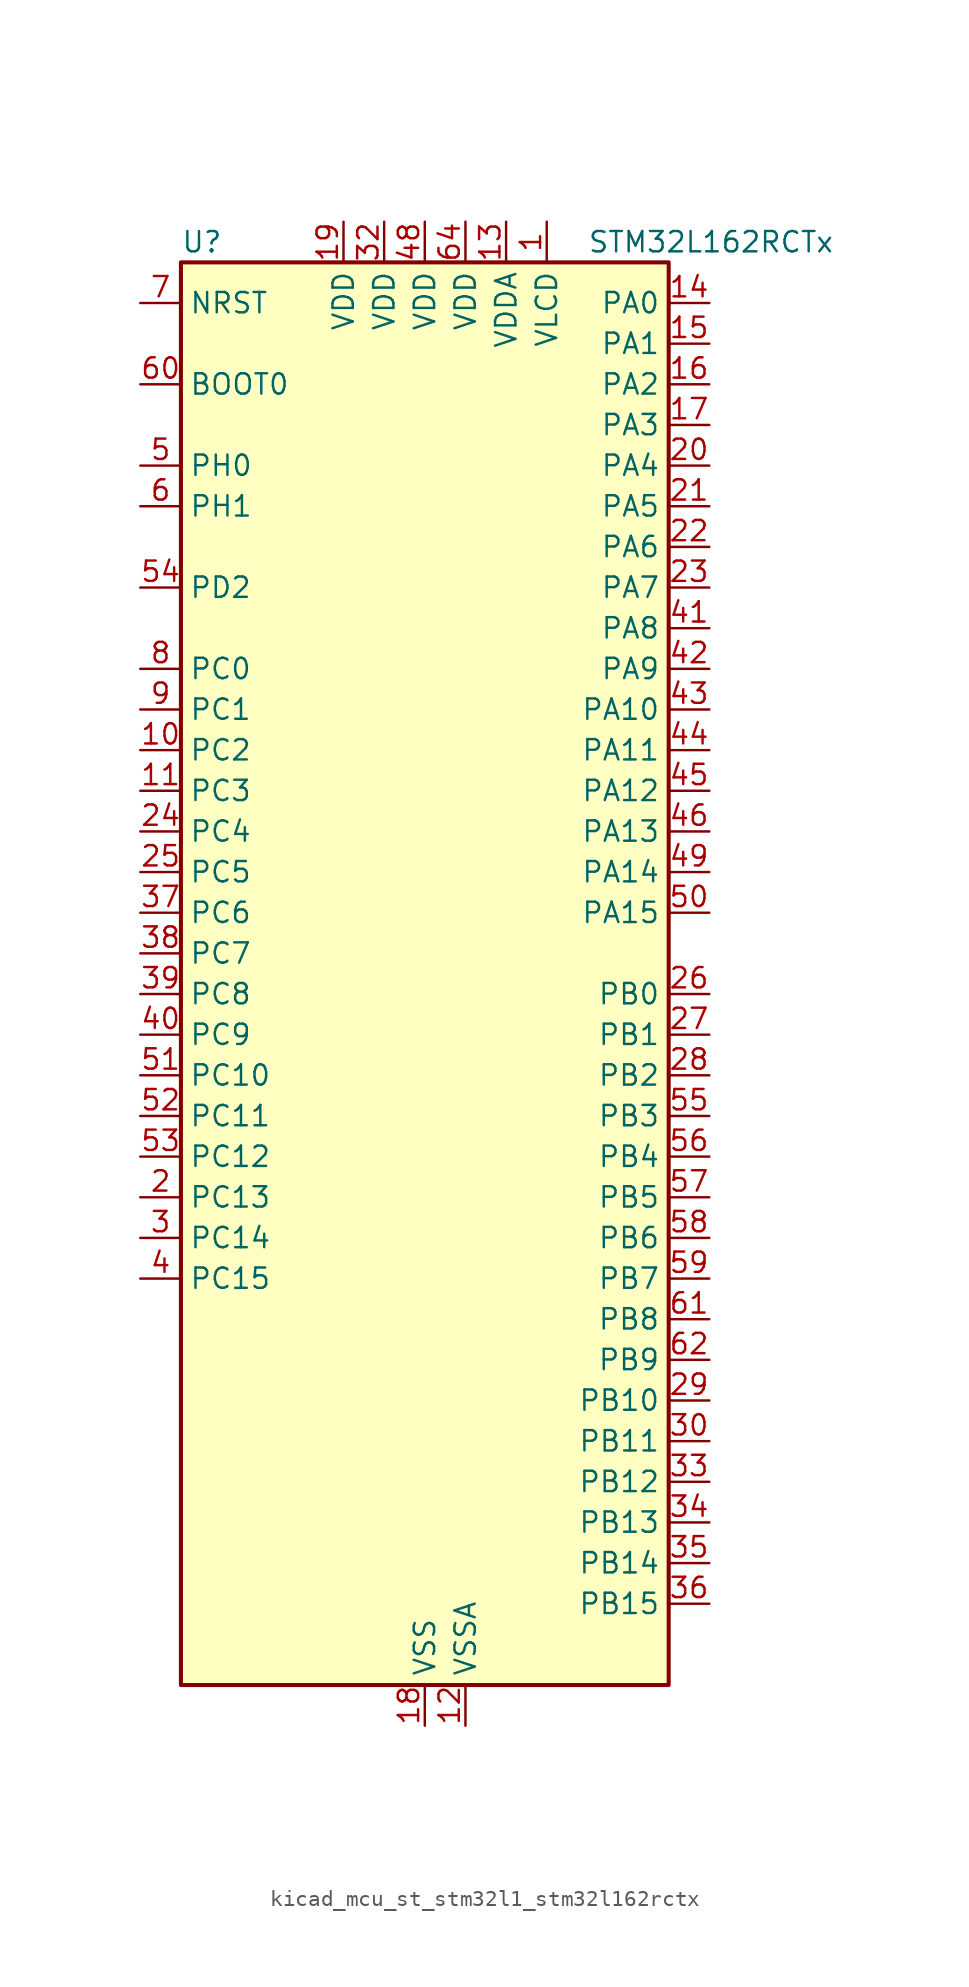
<source format=kicad_sym>
(kicad_symbol_lib
  (version 20220914)
  (generator kicad_symbol_editor)
  (symbol "kicad_mcu_st_stm32l1_stm32l162rctx"
    (property "Reference" "U"
      (at -15.24 46.99 0)
      (effects (font (size 1.27 1.27)) (justify left)))
    (property "Value" "STM32L162RCTx"
      (at 10.16 46.99 0)
      (effects (font (size 1.27 1.27)) (justify left)))
    (property "ki_locked" ""
      (at 0 0 0)
      (effects (font (size 1.27 1.27))))
    (symbol "kicad_mcu_st_stm32l1_stm32l162rctx_0_1"
      (rectangle (start -15.24 -43.18) (end 15.24 45.72) (stroke (width 0.254) (type default)) (fill (type background))))
    (symbol "kicad_mcu_st_stm32l1_stm32l162rctx_1_1"
      (pin power_in line (at 7.62 48.26 270) (length 2.54) (name "VLCD" (effects (font (size 1.27 1.27)))) (number "1" (effects (font (size 1.27 1.27)))))
      (pin bidirectional line (at -17.78 15.24 0) (length 2.54) (name "PC2" (effects (font (size 1.27 1.27)))) (number "10" (effects (font (size 1.27 1.27)))) (alternate "ADC_IN12" bidirectional line) (alternate "COMP1_INP" bidirectional line) (alternate "LCD_SEG20" bidirectional line) (alternate "TIMX_IC3" bidirectional line) (alternate "TS_G8_IO3" bidirectional line))
      (pin bidirectional line (at -17.78 12.7 0) (length 2.54) (name "PC3" (effects (font (size 1.27 1.27)))) (number "11" (effects (font (size 1.27 1.27)))) (alternate "ADC_IN13" bidirectional line) (alternate "COMP1_INP" bidirectional line) (alternate "LCD_SEG21" bidirectional line) (alternate "TIMX_IC4" bidirectional line) (alternate "TS_G8_IO4" bidirectional line))
      (pin power_in line (at 2.54 -45.72 90) (length 2.54) (name "VSSA" (effects (font (size 1.27 1.27)))) (number "12" (effects (font (size 1.27 1.27)))))
      (pin power_in line (at 5.08 48.26 270) (length 2.54) (name "VDDA" (effects (font (size 1.27 1.27)))) (number "13" (effects (font (size 1.27 1.27)))))
      (pin bidirectional line (at 17.78 43.18 180) (length 2.54) (name "PA0" (effects (font (size 1.27 1.27)))) (number "14" (effects (font (size 1.27 1.27)))) (alternate "ADC_IN0" bidirectional line) (alternate "COMP1_INP" bidirectional line) (alternate "RTC_TAMP2" bidirectional line) (alternate "SYS_WKUP1" bidirectional line) (alternate "TIM2_CH1" bidirectional line) (alternate "TIM2_ETR" bidirectional line) (alternate "TIM5_CH1" bidirectional line) (alternate "TIMX_IC1" bidirectional line) (alternate "TS_G1_IO1" bidirectional line) (alternate "USART2_CTS" bidirectional line))
      (pin bidirectional line (at 17.78 40.64 180) (length 2.54) (name "PA1" (effects (font (size 1.27 1.27)))) (number "15" (effects (font (size 1.27 1.27)))) (alternate "ADC_IN1" bidirectional line) (alternate "COMP1_INP" bidirectional line) (alternate "LCD_SEG0" bidirectional line) (alternate "OPAMP1_VINP" bidirectional line) (alternate "TIM2_CH2" bidirectional line) (alternate "TIM5_CH2" bidirectional line) (alternate "TIMX_IC2" bidirectional line) (alternate "TS_G1_IO2" bidirectional line) (alternate "USART2_RTS" bidirectional line))
      (pin bidirectional line (at 17.78 38.1 180) (length 2.54) (name "PA2" (effects (font (size 1.27 1.27)))) (number "16" (effects (font (size 1.27 1.27)))) (alternate "ADC_IN2" bidirectional line) (alternate "COMP1_INP" bidirectional line) (alternate "LCD_SEG1" bidirectional line) (alternate "OPAMP1_VINM" bidirectional line) (alternate "TIM2_CH3" bidirectional line) (alternate "TIM5_CH3" bidirectional line) (alternate "TIM9_CH1" bidirectional line) (alternate "TIMX_IC3" bidirectional line) (alternate "TS_G1_IO3" bidirectional line) (alternate "USART2_TX" bidirectional line))
      (pin bidirectional line (at 17.78 35.56 180) (length 2.54) (name "PA3" (effects (font (size 1.27 1.27)))) (number "17" (effects (font (size 1.27 1.27)))) (alternate "ADC_IN3" bidirectional line) (alternate "COMP1_INP" bidirectional line) (alternate "LCD_SEG2" bidirectional line) (alternate "OPAMP1_VOUT" bidirectional line) (alternate "TIM2_CH4" bidirectional line) (alternate "TIM5_CH4" bidirectional line) (alternate "TIM9_CH2" bidirectional line) (alternate "TIMX_IC4" bidirectional line) (alternate "TS_G1_IO4" bidirectional line) (alternate "USART2_RX" bidirectional line))
      (pin power_in line (at 0 -45.72 90) (length 2.54) (name "VSS" (effects (font (size 1.27 1.27)))) (number "18" (effects (font (size 1.27 1.27)))))
      (pin power_in line (at -5.08 48.26 270) (length 2.54) (name "VDD" (effects (font (size 1.27 1.27)))) (number "19" (effects (font (size 1.27 1.27)))))
      (pin bidirectional line (at -17.78 -12.7 0) (length 2.54) (name "PC13" (effects (font (size 1.27 1.27)))) (number "2" (effects (font (size 1.27 1.27)))) (alternate "RTC_OUT_ALARM" bidirectional line) (alternate "RTC_OUT_CALIB" bidirectional line) (alternate "RTC_TAMP1" bidirectional line) (alternate "RTC_TS" bidirectional line) (alternate "SYS_WKUP2" bidirectional line) (alternate "TIMX_IC2" bidirectional line))
      (pin bidirectional line (at 17.78 33.02 180) (length 2.54) (name "PA4" (effects (font (size 1.27 1.27)))) (number "20" (effects (font (size 1.27 1.27)))) (alternate "ADC_IN4" bidirectional line) (alternate "COMP1_INP" bidirectional line) (alternate "DAC_OUT1" bidirectional line) (alternate "I2S3_WS" bidirectional line) (alternate "SPI1_NSS" bidirectional line) (alternate "SPI3_NSS" bidirectional line) (alternate "TIMX_IC1" bidirectional line) (alternate "USART2_CK" bidirectional line))
      (pin bidirectional line (at 17.78 30.48 180) (length 2.54) (name "PA5" (effects (font (size 1.27 1.27)))) (number "21" (effects (font (size 1.27 1.27)))) (alternate "ADC_IN5" bidirectional line) (alternate "COMP1_INP" bidirectional line) (alternate "DAC_OUT2" bidirectional line) (alternate "SPI1_SCK" bidirectional line) (alternate "TIM2_CH1" bidirectional line) (alternate "TIM2_ETR" bidirectional line) (alternate "TIMX_IC2" bidirectional line))
      (pin bidirectional line (at 17.78 27.94 180) (length 2.54) (name "PA6" (effects (font (size 1.27 1.27)))) (number "22" (effects (font (size 1.27 1.27)))) (alternate "ADC_IN6" bidirectional line) (alternate "COMP1_INP" bidirectional line) (alternate "LCD_SEG3" bidirectional line) (alternate "OPAMP2_VINP" bidirectional line) (alternate "SPI1_MISO" bidirectional line) (alternate "TIM10_CH1" bidirectional line) (alternate "TIM3_CH1" bidirectional line) (alternate "TIMX_IC3" bidirectional line) (alternate "TS_G2_IO1" bidirectional line))
      (pin bidirectional line (at 17.78 25.4 180) (length 2.54) (name "PA7" (effects (font (size 1.27 1.27)))) (number "23" (effects (font (size 1.27 1.27)))) (alternate "ADC_IN7" bidirectional line) (alternate "COMP1_INP" bidirectional line) (alternate "LCD_SEG4" bidirectional line) (alternate "OPAMP2_VINM" bidirectional line) (alternate "SPI1_MOSI" bidirectional line) (alternate "TIM11_CH1" bidirectional line) (alternate "TIM3_CH2" bidirectional line) (alternate "TIMX_IC4" bidirectional line) (alternate "TS_G2_IO2" bidirectional line))
      (pin bidirectional line (at -17.78 10.16 0) (length 2.54) (name "PC4" (effects (font (size 1.27 1.27)))) (number "24" (effects (font (size 1.27 1.27)))) (alternate "ADC_IN14" bidirectional line) (alternate "COMP1_INP" bidirectional line) (alternate "LCD_SEG22" bidirectional line) (alternate "TIMX_IC1" bidirectional line) (alternate "TS_G9_IO1" bidirectional line))
      (pin bidirectional line (at -17.78 7.62 0) (length 2.54) (name "PC5" (effects (font (size 1.27 1.27)))) (number "25" (effects (font (size 1.27 1.27)))) (alternate "ADC_IN15" bidirectional line) (alternate "COMP1_INP" bidirectional line) (alternate "LCD_SEG23" bidirectional line) (alternate "TIMX_IC2" bidirectional line) (alternate "TS_G9_IO2" bidirectional line))
      (pin bidirectional line (at 17.78 0 180) (length 2.54) (name "PB0" (effects (font (size 1.27 1.27)))) (number "26" (effects (font (size 1.27 1.27)))) (alternate "ADC_IN8" bidirectional line) (alternate "COMP1_INP" bidirectional line) (alternate "LCD_SEG5" bidirectional line) (alternate "OPAMP2_VOUT" bidirectional line) (alternate "SYS_V_REF_OUT" bidirectional line) (alternate "TIM3_CH3" bidirectional line) (alternate "TS_G3_IO1" bidirectional line))
      (pin bidirectional line (at 17.78 -2.54 180) (length 2.54) (name "PB1" (effects (font (size 1.27 1.27)))) (number "27" (effects (font (size 1.27 1.27)))) (alternate "ADC_IN9" bidirectional line) (alternate "COMP1_INP" bidirectional line) (alternate "LCD_SEG6" bidirectional line) (alternate "SYS_V_REF_OUT" bidirectional line) (alternate "TIM3_CH4" bidirectional line) (alternate "TS_G3_IO2" bidirectional line))
      (pin bidirectional line (at 17.78 -5.08 180) (length 2.54) (name "PB2" (effects (font (size 1.27 1.27)))) (number "28" (effects (font (size 1.27 1.27)))) (alternate "TS_G3_IO3" bidirectional line))
      (pin bidirectional line (at 17.78 -25.4 180) (length 2.54) (name "PB10" (effects (font (size 1.27 1.27)))) (number "29" (effects (font (size 1.27 1.27)))) (alternate "I2C2_SCL" bidirectional line) (alternate "LCD_SEG10" bidirectional line) (alternate "TIM2_CH3" bidirectional line) (alternate "USART3_TX" bidirectional line))
      (pin bidirectional line (at -17.78 -15.24 0) (length 2.54) (name "PC14" (effects (font (size 1.27 1.27)))) (number "3" (effects (font (size 1.27 1.27)))) (alternate "RCC_OSC32_IN" bidirectional line) (alternate "TIMX_IC3" bidirectional line))
      (pin bidirectional line (at 17.78 -27.94 180) (length 2.54) (name "PB11" (effects (font (size 1.27 1.27)))) (number "30" (effects (font (size 1.27 1.27)))) (alternate "ADC_EXTI11" bidirectional line) (alternate "I2C2_SDA" bidirectional line) (alternate "LCD_SEG11" bidirectional line) (alternate "TIM2_CH4" bidirectional line) (alternate "USART3_RX" bidirectional line))
      (pin passive line (at 0 -45.72 90) (length 2.54) hide (name "VSS" (effects (font (size 1.27 1.27)))) (number "31" (effects (font (size 1.27 1.27)))))
      (pin power_in line (at -2.54 48.26 270) (length 2.54) (name "VDD" (effects (font (size 1.27 1.27)))) (number "32" (effects (font (size 1.27 1.27)))))
      (pin bidirectional line (at 17.78 -30.48 180) (length 2.54) (name "PB12" (effects (font (size 1.27 1.27)))) (number "33" (effects (font (size 1.27 1.27)))) (alternate "ADC_IN18" bidirectional line) (alternate "COMP1_INP" bidirectional line) (alternate "I2C2_SMBA" bidirectional line) (alternate "I2S2_WS" bidirectional line) (alternate "LCD_SEG12" bidirectional line) (alternate "SPI2_NSS" bidirectional line) (alternate "TIM10_CH1" bidirectional line) (alternate "TS_G7_IO1" bidirectional line) (alternate "USART3_CK" bidirectional line))
      (pin bidirectional line (at 17.78 -33.02 180) (length 2.54) (name "PB13" (effects (font (size 1.27 1.27)))) (number "34" (effects (font (size 1.27 1.27)))) (alternate "ADC_IN19" bidirectional line) (alternate "COMP1_INP" bidirectional line) (alternate "I2S2_CK" bidirectional line) (alternate "LCD_SEG13" bidirectional line) (alternate "SPI2_SCK" bidirectional line) (alternate "TIM9_CH1" bidirectional line) (alternate "TS_G7_IO2" bidirectional line) (alternate "USART3_CTS" bidirectional line))
      (pin bidirectional line (at 17.78 -35.56 180) (length 2.54) (name "PB14" (effects (font (size 1.27 1.27)))) (number "35" (effects (font (size 1.27 1.27)))) (alternate "ADC_IN20" bidirectional line) (alternate "COMP1_INP" bidirectional line) (alternate "LCD_SEG14" bidirectional line) (alternate "SPI2_MISO" bidirectional line) (alternate "TIM9_CH2" bidirectional line) (alternate "TS_G7_IO3" bidirectional line) (alternate "USART3_RTS" bidirectional line))
      (pin bidirectional line (at 17.78 -38.1 180) (length 2.54) (name "PB15" (effects (font (size 1.27 1.27)))) (number "36" (effects (font (size 1.27 1.27)))) (alternate "ADC_EXTI15" bidirectional line) (alternate "ADC_IN21" bidirectional line) (alternate "COMP1_INP" bidirectional line) (alternate "I2S2_SD" bidirectional line) (alternate "LCD_SEG15" bidirectional line) (alternate "RTC_REFIN" bidirectional line) (alternate "SPI2_MOSI" bidirectional line) (alternate "TIM11_CH1" bidirectional line) (alternate "TS_G7_IO4" bidirectional line))
      (pin bidirectional line (at -17.78 5.08 0) (length 2.54) (name "PC6" (effects (font (size 1.27 1.27)))) (number "37" (effects (font (size 1.27 1.27)))) (alternate "I2S2_MCK" bidirectional line) (alternate "LCD_SEG24" bidirectional line) (alternate "TIM3_CH1" bidirectional line) (alternate "TIMX_IC3" bidirectional line) (alternate "TS_G10_IO1" bidirectional line))
      (pin bidirectional line (at -17.78 2.54 0) (length 2.54) (name "PC7" (effects (font (size 1.27 1.27)))) (number "38" (effects (font (size 1.27 1.27)))) (alternate "I2S3_MCK" bidirectional line) (alternate "LCD_SEG25" bidirectional line) (alternate "TIM3_CH2" bidirectional line) (alternate "TIMX_IC4" bidirectional line) (alternate "TS_G10_IO2" bidirectional line))
      (pin bidirectional line (at -17.78 0 0) (length 2.54) (name "PC8" (effects (font (size 1.27 1.27)))) (number "39" (effects (font (size 1.27 1.27)))) (alternate "LCD_SEG26" bidirectional line) (alternate "TIM3_CH3" bidirectional line) (alternate "TIMX_IC1" bidirectional line) (alternate "TS_G10_IO3" bidirectional line))
      (pin bidirectional line (at -17.78 -17.78 0) (length 2.54) (name "PC15" (effects (font (size 1.27 1.27)))) (number "4" (effects (font (size 1.27 1.27)))) (alternate "ADC_EXTI15" bidirectional line) (alternate "RCC_OSC32_OUT" bidirectional line) (alternate "TIMX_IC4" bidirectional line))
      (pin bidirectional line (at -17.78 -2.54 0) (length 2.54) (name "PC9" (effects (font (size 1.27 1.27)))) (number "40" (effects (font (size 1.27 1.27)))) (alternate "DAC_EXTI9" bidirectional line) (alternate "LCD_SEG27" bidirectional line) (alternate "TIM3_CH4" bidirectional line) (alternate "TIMX_IC2" bidirectional line) (alternate "TS_G10_IO4" bidirectional line))
      (pin bidirectional line (at 17.78 22.86 180) (length 2.54) (name "PA8" (effects (font (size 1.27 1.27)))) (number "41" (effects (font (size 1.27 1.27)))) (alternate "LCD_COM0" bidirectional line) (alternate "RCC_MCO" bidirectional line) (alternate "TIMX_IC1" bidirectional line) (alternate "TS_G4_IO1" bidirectional line) (alternate "USART1_CK" bidirectional line))
      (pin bidirectional line (at 17.78 20.32 180) (length 2.54) (name "PA9" (effects (font (size 1.27 1.27)))) (number "42" (effects (font (size 1.27 1.27)))) (alternate "DAC_EXTI9" bidirectional line) (alternate "LCD_COM1" bidirectional line) (alternate "TIMX_IC2" bidirectional line) (alternate "TS_G4_IO2" bidirectional line) (alternate "USART1_TX" bidirectional line))
      (pin bidirectional line (at 17.78 17.78 180) (length 2.54) (name "PA10" (effects (font (size 1.27 1.27)))) (number "43" (effects (font (size 1.27 1.27)))) (alternate "LCD_COM2" bidirectional line) (alternate "TIMX_IC3" bidirectional line) (alternate "TS_G4_IO3" bidirectional line) (alternate "USART1_RX" bidirectional line))
      (pin bidirectional line (at 17.78 15.24 180) (length 2.54) (name "PA11" (effects (font (size 1.27 1.27)))) (number "44" (effects (font (size 1.27 1.27)))) (alternate "ADC_EXTI11" bidirectional line) (alternate "SPI1_MISO" bidirectional line) (alternate "TIMX_IC4" bidirectional line) (alternate "USART1_CTS" bidirectional line) (alternate "USB_DM" bidirectional line))
      (pin bidirectional line (at 17.78 12.7 180) (length 2.54) (name "PA12" (effects (font (size 1.27 1.27)))) (number "45" (effects (font (size 1.27 1.27)))) (alternate "SPI1_MOSI" bidirectional line) (alternate "TIMX_IC1" bidirectional line) (alternate "USART1_RTS" bidirectional line) (alternate "USB_DP" bidirectional line))
      (pin bidirectional line (at 17.78 10.16 180) (length 2.54) (name "PA13" (effects (font (size 1.27 1.27)))) (number "46" (effects (font (size 1.27 1.27)))) (alternate "SYS_JTMS-SWDIO" bidirectional line) (alternate "TIMX_IC2" bidirectional line) (alternate "TS_G5_IO1" bidirectional line))
      (pin passive line (at 0 -45.72 90) (length 2.54) hide (name "VSS" (effects (font (size 1.27 1.27)))) (number "47" (effects (font (size 1.27 1.27)))))
      (pin power_in line (at 0 48.26 270) (length 2.54) (name "VDD" (effects (font (size 1.27 1.27)))) (number "48" (effects (font (size 1.27 1.27)))))
      (pin bidirectional line (at 17.78 7.62 180) (length 2.54) (name "PA14" (effects (font (size 1.27 1.27)))) (number "49" (effects (font (size 1.27 1.27)))) (alternate "SYS_JTCK-SWCLK" bidirectional line) (alternate "TIMX_IC3" bidirectional line) (alternate "TS_G5_IO2" bidirectional line))
      (pin bidirectional line (at -17.78 33.02 0) (length 2.54) (name "PH0" (effects (font (size 1.27 1.27)))) (number "5" (effects (font (size 1.27 1.27)))) (alternate "RCC_OSC_IN" bidirectional line))
      (pin bidirectional line (at 17.78 5.08 180) (length 2.54) (name "PA15" (effects (font (size 1.27 1.27)))) (number "50" (effects (font (size 1.27 1.27)))) (alternate "ADC_EXTI15" bidirectional line) (alternate "I2S3_WS" bidirectional line) (alternate "LCD_SEG17" bidirectional line) (alternate "SPI1_NSS" bidirectional line) (alternate "SPI3_NSS" bidirectional line) (alternate "SYS_JTDI" bidirectional line) (alternate "TIM2_CH1" bidirectional line) (alternate "TIM2_ETR" bidirectional line) (alternate "TIMX_IC4" bidirectional line) (alternate "TS_G5_IO3" bidirectional line))
      (pin bidirectional line (at -17.78 -5.08 0) (length 2.54) (name "PC10" (effects (font (size 1.27 1.27)))) (number "51" (effects (font (size 1.27 1.27)))) (alternate "I2S3_CK" bidirectional line) (alternate "LCD_COM4" bidirectional line) (alternate "LCD_SEG28" bidirectional line) (alternate "SPI3_SCK" bidirectional line) (alternate "TIMX_IC3" bidirectional line) (alternate "USART3_TX" bidirectional line))
      (pin bidirectional line (at -17.78 -7.62 0) (length 2.54) (name "PC11" (effects (font (size 1.27 1.27)))) (number "52" (effects (font (size 1.27 1.27)))) (alternate "ADC_EXTI11" bidirectional line) (alternate "LCD_COM5" bidirectional line) (alternate "LCD_SEG29" bidirectional line) (alternate "SPI3_MISO" bidirectional line) (alternate "TIMX_IC4" bidirectional line) (alternate "USART3_RX" bidirectional line))
      (pin bidirectional line (at -17.78 -10.16 0) (length 2.54) (name "PC12" (effects (font (size 1.27 1.27)))) (number "53" (effects (font (size 1.27 1.27)))) (alternate "I2S3_SD" bidirectional line) (alternate "LCD_COM6" bidirectional line) (alternate "LCD_SEG30" bidirectional line) (alternate "SPI3_MOSI" bidirectional line) (alternate "TIMX_IC1" bidirectional line) (alternate "USART3_CK" bidirectional line))
      (pin bidirectional line (at -17.78 25.4 0) (length 2.54) (name "PD2" (effects (font (size 1.27 1.27)))) (number "54" (effects (font (size 1.27 1.27)))) (alternate "LCD_COM7" bidirectional line) (alternate "LCD_SEG31" bidirectional line) (alternate "TIM3_ETR" bidirectional line) (alternate "TIMX_IC3" bidirectional line))
      (pin bidirectional line (at 17.78 -7.62 180) (length 2.54) (name "PB3" (effects (font (size 1.27 1.27)))) (number "55" (effects (font (size 1.27 1.27)))) (alternate "COMP2_INM" bidirectional line) (alternate "I2S3_CK" bidirectional line) (alternate "LCD_SEG7" bidirectional line) (alternate "SPI1_SCK" bidirectional line) (alternate "SPI3_SCK" bidirectional line) (alternate "SYS_JTDO-TRACESWO" bidirectional line) (alternate "TIM2_CH2" bidirectional line))
      (pin bidirectional line (at 17.78 -10.16 180) (length 2.54) (name "PB4" (effects (font (size 1.27 1.27)))) (number "56" (effects (font (size 1.27 1.27)))) (alternate "COMP2_INP" bidirectional line) (alternate "LCD_SEG8" bidirectional line) (alternate "SPI1_MISO" bidirectional line) (alternate "SPI3_MISO" bidirectional line) (alternate "SYS_JTRST" bidirectional line) (alternate "TIM3_CH1" bidirectional line) (alternate "TS_G6_IO1" bidirectional line))
      (pin bidirectional line (at 17.78 -12.7 180) (length 2.54) (name "PB5" (effects (font (size 1.27 1.27)))) (number "57" (effects (font (size 1.27 1.27)))) (alternate "COMP2_INP" bidirectional line) (alternate "I2C1_SMBA" bidirectional line) (alternate "I2S3_SD" bidirectional line) (alternate "LCD_SEG9" bidirectional line) (alternate "SPI1_MOSI" bidirectional line) (alternate "SPI3_MOSI" bidirectional line) (alternate "TIM3_CH2" bidirectional line) (alternate "TS_G6_IO2" bidirectional line))
      (pin bidirectional line (at 17.78 -15.24 180) (length 2.54) (name "PB6" (effects (font (size 1.27 1.27)))) (number "58" (effects (font (size 1.27 1.27)))) (alternate "COMP2_INP" bidirectional line) (alternate "I2C1_SCL" bidirectional line) (alternate "TIM4_CH1" bidirectional line) (alternate "TS_G6_IO3" bidirectional line) (alternate "USART1_TX" bidirectional line))
      (pin bidirectional line (at 17.78 -17.78 180) (length 2.54) (name "PB7" (effects (font (size 1.27 1.27)))) (number "59" (effects (font (size 1.27 1.27)))) (alternate "COMP2_INP" bidirectional line) (alternate "I2C1_SDA" bidirectional line) (alternate "SYS_PVD_IN" bidirectional line) (alternate "TIM4_CH2" bidirectional line) (alternate "TS_G6_IO4" bidirectional line) (alternate "USART1_RX" bidirectional line))
      (pin bidirectional line (at -17.78 30.48 0) (length 2.54) (name "PH1" (effects (font (size 1.27 1.27)))) (number "6" (effects (font (size 1.27 1.27)))) (alternate "RCC_OSC_OUT" bidirectional line))
      (pin input line (at -17.78 38.1 0) (length 2.54) (name "BOOT0" (effects (font (size 1.27 1.27)))) (number "60" (effects (font (size 1.27 1.27)))))
      (pin bidirectional line (at 17.78 -20.32 180) (length 2.54) (name "PB8" (effects (font (size 1.27 1.27)))) (number "61" (effects (font (size 1.27 1.27)))) (alternate "I2C1_SCL" bidirectional line) (alternate "LCD_SEG16" bidirectional line) (alternate "TIM10_CH1" bidirectional line) (alternate "TIM4_CH3" bidirectional line))
      (pin bidirectional line (at 17.78 -22.86 180) (length 2.54) (name "PB9" (effects (font (size 1.27 1.27)))) (number "62" (effects (font (size 1.27 1.27)))) (alternate "DAC_EXTI9" bidirectional line) (alternate "I2C1_SDA" bidirectional line) (alternate "LCD_COM3" bidirectional line) (alternate "TIM11_CH1" bidirectional line) (alternate "TIM4_CH4" bidirectional line))
      (pin passive line (at 0 -45.72 90) (length 2.54) hide (name "VSS" (effects (font (size 1.27 1.27)))) (number "63" (effects (font (size 1.27 1.27)))))
      (pin power_in line (at 2.54 48.26 270) (length 2.54) (name "VDD" (effects (font (size 1.27 1.27)))) (number "64" (effects (font (size 1.27 1.27)))))
      (pin input line (at -17.78 43.18 0) (length 2.54) (name "NRST" (effects (font (size 1.27 1.27)))) (number "7" (effects (font (size 1.27 1.27)))))
      (pin bidirectional line (at -17.78 20.32 0) (length 2.54) (name "PC0" (effects (font (size 1.27 1.27)))) (number "8" (effects (font (size 1.27 1.27)))) (alternate "ADC_IN10" bidirectional line) (alternate "COMP1_INP" bidirectional line) (alternate "LCD_SEG18" bidirectional line) (alternate "TIMX_IC1" bidirectional line) (alternate "TS_G8_IO1" bidirectional line))
      (pin bidirectional line (at -17.78 17.78 0) (length 2.54) (name "PC1" (effects (font (size 1.27 1.27)))) (number "9" (effects (font (size 1.27 1.27)))) (alternate "ADC_IN11" bidirectional line) (alternate "COMP1_INP" bidirectional line) (alternate "LCD_SEG19" bidirectional line) (alternate "TIMX_IC2" bidirectional line) (alternate "TS_G8_IO2" bidirectional line)))))
</source>
